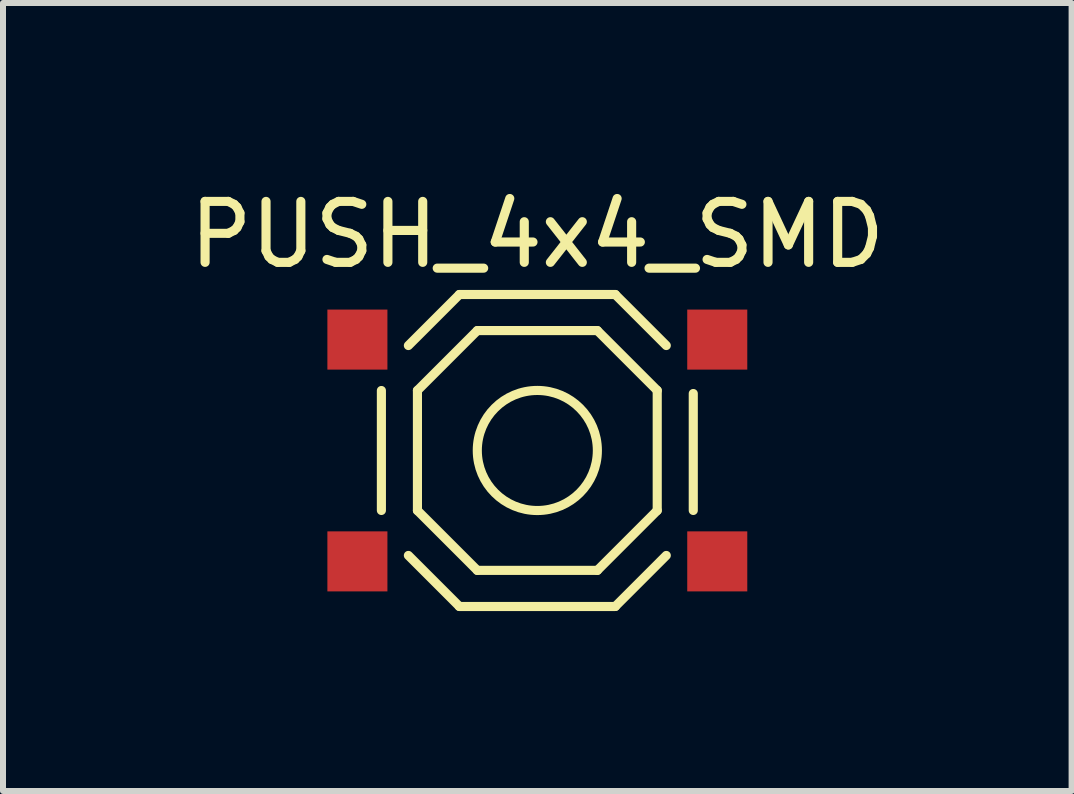
<source format=kicad_pcb>
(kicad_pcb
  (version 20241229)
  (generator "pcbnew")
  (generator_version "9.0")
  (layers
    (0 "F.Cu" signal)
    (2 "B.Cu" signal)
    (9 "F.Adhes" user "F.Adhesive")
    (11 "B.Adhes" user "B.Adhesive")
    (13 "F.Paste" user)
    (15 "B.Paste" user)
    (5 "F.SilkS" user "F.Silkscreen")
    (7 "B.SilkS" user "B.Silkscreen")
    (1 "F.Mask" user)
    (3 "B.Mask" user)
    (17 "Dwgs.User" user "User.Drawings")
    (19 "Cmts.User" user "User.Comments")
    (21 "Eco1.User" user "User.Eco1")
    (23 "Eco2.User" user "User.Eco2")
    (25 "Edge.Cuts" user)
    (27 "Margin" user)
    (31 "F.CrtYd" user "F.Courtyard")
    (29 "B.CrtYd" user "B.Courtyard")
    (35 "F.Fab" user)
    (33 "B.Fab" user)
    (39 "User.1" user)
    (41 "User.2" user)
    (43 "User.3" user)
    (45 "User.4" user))
  (footprint "PUSH_4x4_SMD"
    (layer "F.Cu")
    (at 5.909 4.461)
    (property "Reference" "PUSH_4x4_SMD" (at 0 -3.599 0) (layer "F.SilkS") (effects (font (size 1.016 1.016) (thickness 0.152))))
    (attr through_hole)
    (fp_line (start -2.6 -1) (end -2.6 1) (stroke (width 0.152) (type solid)) (layer "F.SilkS"))
    (fp_line (start -1.999 -1.001) (end -1.999 1.001) (stroke (width 0.152) (type solid)) (layer "F.SilkS"))
    (fp_line (start -1.999 1.001) (end -1.001 1.999) (stroke (width 0.152) (type solid)) (layer "F.SilkS"))
    (fp_line (start -1.3 2.601) (end 1.3 2.601) (stroke (width 0.152) (type solid)) (layer "F.SilkS"))
    (fp_line (start -1.3 -2.6) (end -2.15 -1.75) (stroke (width 0.152) (type solid)) (layer "F.SilkS"))
    (fp_line (start -1.3 2.6) (end -2.15 1.75) (stroke (width 0.152) (type solid)) (layer "F.SilkS"))
    (fp_line (start -1.001 -1.999) (end -1.999 -1.001) (stroke (width 0.152) (type solid)) (layer "F.SilkS"))
    (fp_line (start -1.001 1.999) (end 1.001 1.999) (stroke (width 0.152) (type solid)) (layer "F.SilkS"))
    (fp_line (start 1.001 -1.999) (end -1.001 -1.999) (stroke (width 0.152) (type solid)) (layer "F.SilkS"))
    (fp_line (start 1.001 1.999) (end 1.999 1.001) (stroke (width 0.152) (type solid)) (layer "F.SilkS"))
    (fp_line (start 1.3 -2.6) (end 2.15 -1.75) (stroke (width 0.152) (type solid)) (layer "F.SilkS"))
    (fp_line (start 1.3 2.6) (end 2.15 1.75) (stroke (width 0.152) (type solid)) (layer "F.SilkS"))
    (fp_line (start 1.3 -2.601) (end -1.3 -2.601) (stroke (width 0.152) (type solid)) (layer "F.SilkS"))
    (fp_line (start 1.999 -1.001) (end 1.001 -1.999) (stroke (width 0.152) (type solid)) (layer "F.SilkS"))
    (fp_line (start 1.999 1.001) (end 1.999 -1.001) (stroke (width 0.152) (type solid)) (layer "F.SilkS"))
    (fp_line (start 2.6 1) (end 2.6 -0.95) (stroke (width 0.152) (type solid)) (layer "F.SilkS"))
    (fp_circle (center 0 0) (end -1.001 0) (stroke (width 0.152) (type solid)) (fill no) (layer "F.SilkS"))
    (pad "1" smd rect (at -3 -1.849) (size 1.001 1.001) (layers "F.Cu" "F.Mask" "F.Paste"))
    (pad "1" smd rect (at 3 -1.849) (size 1.001 1.001) (layers "F.Cu" "F.Mask" "F.Paste"))
    (pad "2" smd rect (at -3 1.849) (size 1.001 1.001) (layers "F.Cu" "F.Mask" "F.Paste"))
    (pad "2" smd rect (at 3 1.849) (size 1.001 1.001) (layers "F.Cu" "F.Mask" "F.Paste")))
  (gr_rect
    (start -3 -3)
    (end 14.817 10.138)
    (stroke (width 0.1) (type default))
    (fill no)
    (layer "Edge.Cuts")))
</source>
